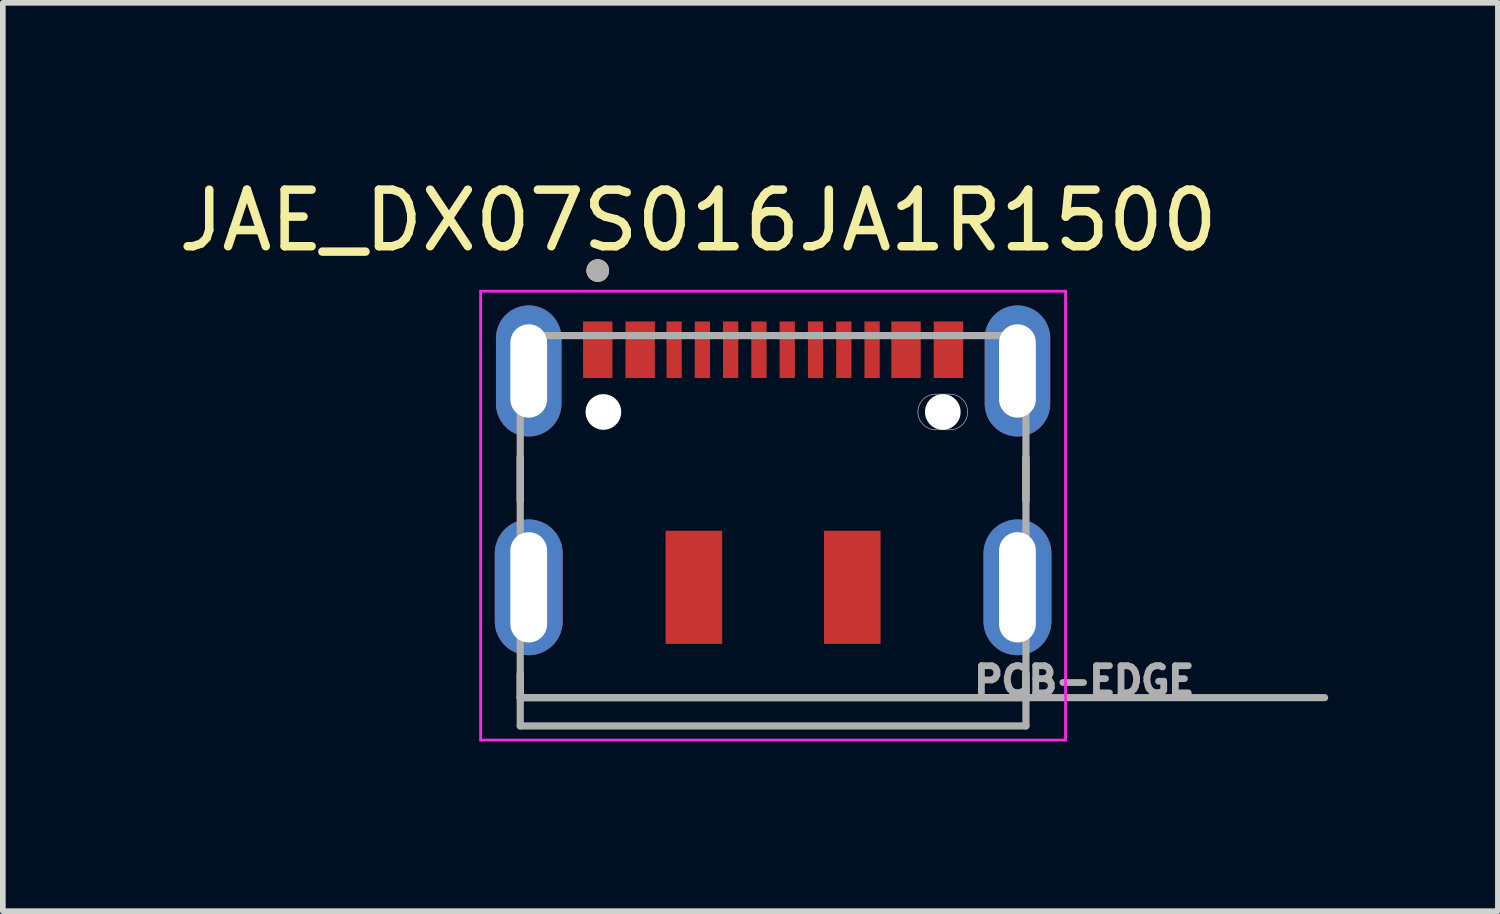
<source format=kicad_pcb>
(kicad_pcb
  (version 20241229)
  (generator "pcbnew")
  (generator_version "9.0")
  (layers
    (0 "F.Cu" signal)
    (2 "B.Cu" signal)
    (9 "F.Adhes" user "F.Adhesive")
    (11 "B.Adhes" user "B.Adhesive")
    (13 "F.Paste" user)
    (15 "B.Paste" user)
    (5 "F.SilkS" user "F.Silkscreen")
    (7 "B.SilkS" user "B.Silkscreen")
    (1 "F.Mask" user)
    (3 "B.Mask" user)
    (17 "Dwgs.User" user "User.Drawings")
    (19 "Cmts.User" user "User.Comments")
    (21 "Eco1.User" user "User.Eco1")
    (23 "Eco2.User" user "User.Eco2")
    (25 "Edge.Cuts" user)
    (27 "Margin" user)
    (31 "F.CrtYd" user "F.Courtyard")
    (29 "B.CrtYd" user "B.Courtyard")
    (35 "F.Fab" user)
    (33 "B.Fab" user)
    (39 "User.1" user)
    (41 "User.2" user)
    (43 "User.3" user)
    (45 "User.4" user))
  (footprint "JAE_DX07S016JA1R1500"
    (layer "F.Cu")
    (at 10.617 4.233)
    (property "Reference" "JAE_DX07S016JA1R1500" (at -1.325 -3.385 0) (layer "F.SilkS") (effects (font (size 1 1) (thickness 0.15))))
    (attr through_hole)
    (fp_line (start -4.47 0.805) (end -4.47 1.57) (stroke (width 0.127) (type solid)) (layer "F.SilkS"))
    (fp_line (start -4.47 5.05) (end -4.47 4.63) (stroke (width 0.127) (type solid)) (layer "F.SilkS"))
    (fp_line (start 4.47 0.805) (end 4.47 1.57) (stroke (width 0.127) (type solid)) (layer "F.SilkS"))
    (fp_line (start 4.47 4.63) (end 4.47 5.05) (stroke (width 0.127) (type solid)) (layer "F.SilkS"))
    (fp_line (start 4.47 5.05) (end -4.47 5.05) (stroke (width 0.127) (type solid)) (layer "F.SilkS"))
    (fp_circle (center -3.1 -2.5) (end -3 -2.5) (stroke (width 0.2) (type solid)) (fill no) (layer "F.SilkS"))
    (fp_line (start 2.875 -0.315) (end 3.125 -0.315) (stroke (width 0.01) (type solid)) (layer "Edge.Cuts"))
    (fp_line (start 3.125 0.315) (end 2.875 0.315) (stroke (width 0.01) (type solid)) (layer "Edge.Cuts"))
    (fp_arc (start 2.56 0) (mid 2.652261 -0.222739) (end 2.875 -0.315) (stroke (width 0.01) (type solid)) (layer "Edge.Cuts"))
    (fp_arc (start 2.875 0.315) (mid 2.652261 0.222739) (end 2.56 0) (stroke (width 0.01) (type solid)) (layer "Edge.Cuts"))
    (fp_arc (start 3.125 -0.315) (mid 3.347739 -0.222739) (end 3.44 0) (stroke (width 0.01) (type solid)) (layer "Edge.Cuts"))
    (fp_arc (start 3.44 0) (mid 3.347739 0.222739) (end 3.125 0.315) (stroke (width 0.01) (type solid)) (layer "Edge.Cuts"))
    (fp_line (start -5.17 -2.135) (end 5.17 -2.135) (stroke (width 0.05) (type solid)) (layer "F.CrtYd"))
    (fp_line (start -5.17 5.8) (end -5.17 -2.135) (stroke (width 0.05) (type solid)) (layer "F.CrtYd"))
    (fp_line (start 5.17 -2.135) (end 5.17 5.8) (stroke (width 0.05) (type solid)) (layer "F.CrtYd"))
    (fp_line (start 5.17 5.8) (end -5.17 5.8) (stroke (width 0.05) (type solid)) (layer "F.CrtYd"))
    (fp_line (start -4.47 -1.35) (end 4.47 -1.35) (stroke (width 0.127) (type solid)) (layer "F.Fab"))
    (fp_line (start -4.47 5.05) (end -4.47 -1.35) (stroke (width 0.127) (type solid)) (layer "F.Fab"))
    (fp_line (start -4.47 5.55) (end -4.47 5.05) (stroke (width 0.127) (type solid)) (layer "F.Fab"))
    (fp_line (start 4.47 -1.35) (end 4.47 5.05) (stroke (width 0.127) (type solid)) (layer "F.Fab"))
    (fp_line (start 4.47 5.05) (end -4.47 5.05) (stroke (width 0.127) (type solid)) (layer "F.Fab"))
    (fp_line (start 4.47 5.05) (end 4.47 5.55) (stroke (width 0.127) (type solid)) (layer "F.Fab"))
    (fp_line (start 4.47 5.05) (end 9.75 5.05) (stroke (width 0.127) (type solid)) (layer "F.Fab"))
    (fp_line (start 4.47 5.55) (end -4.47 5.55) (stroke (width 0.127) (type solid)) (layer "F.Fab"))
    (fp_circle (center -3.1 -2.5) (end -3 -2.5) (stroke (width 0.2) (type solid)) (fill no) (layer "F.Fab"))
    (fp_text user "PCB-EDGE" (at 5.5 4.75 0) (layer "F.Fab") (effects (font (size 0.48 0.48) (thickness 0.15))))
    (pad "" np_thru_hole circle (at -3 0) (size 0.63 0.63) (drill 0.63) (layers "*.Cu" "*.Mask"))
    (pad "" np_thru_hole circle (at 3 0) (size 0.6 0.6) (drill 0.6) (layers "*.Cu" "*.Mask"))
    (pad "" np_thru_hole circle (at 3 0) (size 0.63 0.63) (drill 0.63) (layers "*.Cu" "*.Mask"))
    (pad "1" smd rect (at -3.1 -1.1) (size 0.52 1) (layers "F.Cu" "F.Mask" "F.Paste"))
    (pad "2" smd rect (at -2.35 -1.1) (size 0.52 1) (layers "F.Cu" "F.Mask" "F.Paste"))
    (pad "3" smd rect (at -1.75 -1.1) (size 0.27 1) (layers "F.Cu" "F.Mask" "F.Paste"))
    (pad "4" smd rect (at -1.25 -1.1) (size 0.27 1) (layers "F.Cu" "F.Mask" "F.Paste"))
    (pad "5" smd rect (at -0.75 -1.1) (size 0.27 1) (layers "F.Cu" "F.Mask" "F.Paste"))
    (pad "6" smd rect (at -0.25 -1.1) (size 0.27 1) (layers "F.Cu" "F.Mask" "F.Paste"))
    (pad "7" smd rect (at 0.25 -1.1) (size 0.27 1) (layers "F.Cu" "F.Mask" "F.Paste"))
    (pad "8" smd rect (at 0.75 -1.1) (size 0.27 1) (layers "F.Cu" "F.Mask" "F.Paste"))
    (pad "9" smd rect (at 1.25 -1.1) (size 0.27 1) (layers "F.Cu" "F.Mask" "F.Paste"))
    (pad "10" smd rect (at 1.75 -1.1) (size 0.27 1) (layers "F.Cu" "F.Mask" "F.Paste"))
    (pad "11" smd rect (at 2.35 -1.1) (size 0.52 1) (layers "F.Cu" "F.Mask" "F.Paste"))
    (pad "12" smd rect (at 3.1 -1.1) (size 0.52 1) (layers "F.Cu" "F.Mask" "F.Paste"))
    (pad "S1" smd rect (at -1.4 3.1) (size 1 2) (layers "F.Cu" "F.Mask" "F.Paste"))
    (pad "S2" smd rect (at 1.4 3.1) (size 1 2) (layers "F.Cu" "F.Mask" "F.Paste"))
    (pad "S3" thru_hole oval (at -4.32 -0.725) (size 1.158 2.316) (drill oval 0.65 1.65) (layers "*.Cu" "*.Mask"))
    (pad "S4" thru_hole oval (at 4.32 -0.725) (size 1.158 2.316) (drill oval 0.65 1.65) (layers "*.Cu" "*.Mask"))
    (pad "S5" thru_hole oval (at -4.32 3.1) (size 1.2 2.4) (drill oval 0.65 1.95) (layers "*.Cu" "*.Mask"))
    (pad "S6" thru_hole oval (at 4.32 3.1) (size 1.2 2.4) (drill oval 0.65 1.95) (layers "*.Cu" "*.Mask")))
  (gr_rect
    (start -3 -3)
    (end 23.43 13.058)
    (stroke (width 0.1) (type default))
    (fill no)
    (layer "Edge.Cuts")))
</source>
